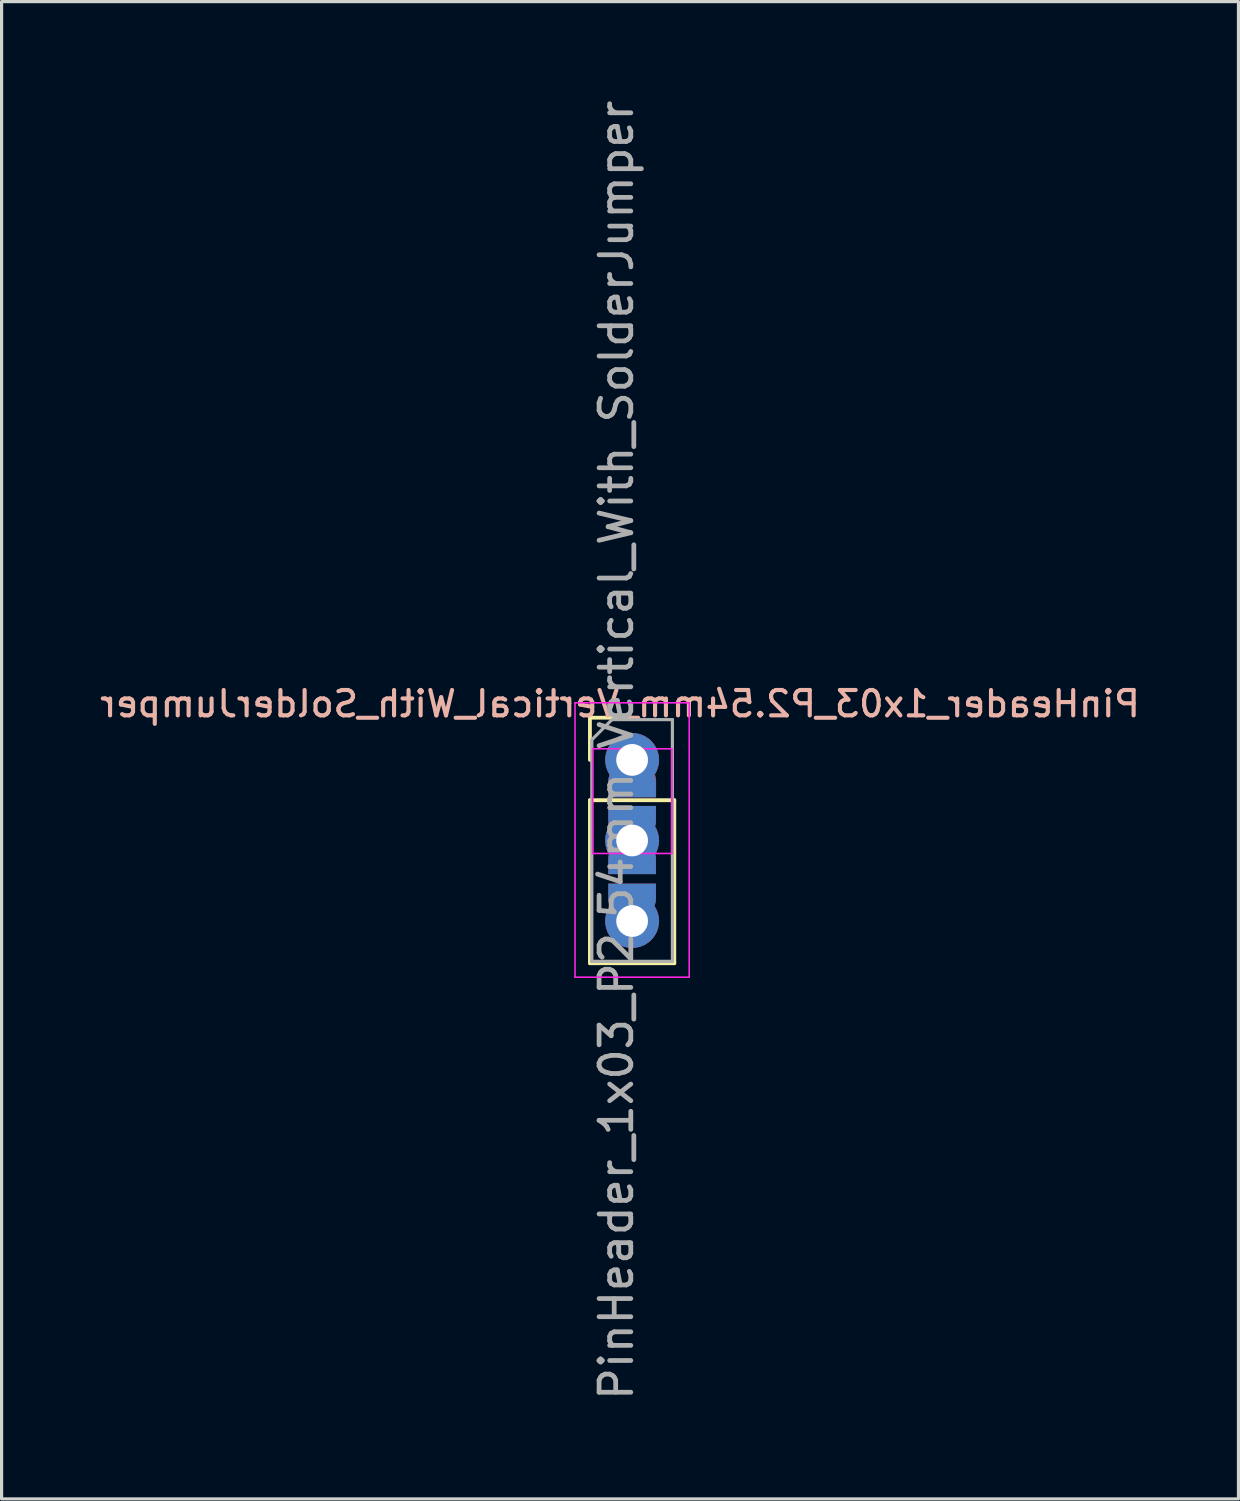
<source format=kicad_pcb>
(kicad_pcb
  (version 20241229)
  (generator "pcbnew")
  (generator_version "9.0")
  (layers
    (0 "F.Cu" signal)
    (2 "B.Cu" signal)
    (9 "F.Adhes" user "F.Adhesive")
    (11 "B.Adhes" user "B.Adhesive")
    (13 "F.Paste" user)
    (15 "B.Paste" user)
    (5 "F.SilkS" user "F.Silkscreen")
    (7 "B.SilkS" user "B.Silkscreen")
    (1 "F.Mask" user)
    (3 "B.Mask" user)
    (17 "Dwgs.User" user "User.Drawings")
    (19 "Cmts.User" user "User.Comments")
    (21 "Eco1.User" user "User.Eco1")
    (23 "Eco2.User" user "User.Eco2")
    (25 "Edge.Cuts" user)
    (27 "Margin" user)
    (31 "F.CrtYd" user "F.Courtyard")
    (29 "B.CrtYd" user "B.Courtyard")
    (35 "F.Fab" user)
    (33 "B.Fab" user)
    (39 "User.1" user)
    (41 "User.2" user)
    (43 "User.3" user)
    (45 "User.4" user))
  (footprint "PinHeader_1x03_P2.54mm_Vertical_With_SolderJumper"
    (layer "F.Cu")
    (at 16.877 20.906)
    (property "Reference" "PinHeader_1x03_P2.54mm_Vertical_With_SolderJumper" (at -0.381 -1.768 0) (layer "B.SilkS") (effects (font (size 0.8 0.8) (thickness 0.13)) (justify mirror)))
    (attr through_hole)
    (fp_circle (center -0.245 0.65) (end -0.245 0.15) (stroke (width 0) (type solid)) (fill yes) (layer "F.Cu"))
    (fp_circle (center 0.255 0.65) (end 0.255 0.15) (stroke (width 0) (type solid)) (fill yes) (layer "F.Cu"))
    (fp_poly (pts (xy 0.755 0.65) (xy 0.755 1.15) (xy -0.745 1.15) (xy -0.745 0.65)) (stroke (width 0) (type solid)) (fill yes) (layer "F.Cu"))
    (fp_line (start -1.33 -1.33) (end 0 -1.33) (stroke (width 0.12) (type solid)) (layer "F.SilkS"))
    (fp_line (start -1.33 0) (end -1.33 -1.33) (stroke (width 0.12) (type solid)) (layer "F.SilkS"))
    (fp_line (start -1.33 1.27) (end -1.33 6.41) (stroke (width 0.12) (type solid)) (layer "F.SilkS"))
    (fp_line (start -1.33 1.27) (end 1.33 1.27) (stroke (width 0.12) (type solid)) (layer "F.SilkS"))
    (fp_line (start -1.33 6.41) (end 1.33 6.41) (stroke (width 0.12) (type solid)) (layer "F.SilkS"))
    (fp_line (start 1.33 1.27) (end 1.33 6.41) (stroke (width 0.12) (type solid)) (layer "F.SilkS"))
    (fp_line (start -1.8 -1.8) (end -1.8 6.85) (stroke (width 0.05) (type solid)) (layer "F.CrtYd"))
    (fp_line (start -1.8 6.85) (end 1.8 6.85) (stroke (width 0.05) (type solid)) (layer "F.CrtYd"))
    (fp_line (start -1.245 2.95) (end -1.245 -0.35) (stroke (width 0.05) (type solid)) (layer "F.CrtYd"))
    (fp_line (start -1.245 2.95) (end 1.255 2.95) (stroke (width 0.05) (type solid)) (layer "F.CrtYd"))
    (fp_line (start 1.255 -0.35) (end -1.245 -0.35) (stroke (width 0.05) (type solid)) (layer "F.CrtYd"))
    (fp_line (start 1.255 -0.35) (end 1.255 2.95) (stroke (width 0.05) (type solid)) (layer "F.CrtYd"))
    (fp_line (start 1.8 -1.8) (end -1.8 -1.8) (stroke (width 0.05) (type solid)) (layer "F.CrtYd"))
    (fp_line (start 1.8 6.85) (end 1.8 -1.8) (stroke (width 0.05) (type solid)) (layer "F.CrtYd"))
    (fp_line (start -1.27 -0.635) (end -0.635 -1.27) (stroke (width 0.1) (type solid)) (layer "F.Fab"))
    (fp_line (start -1.27 6.35) (end -1.27 -0.635) (stroke (width 0.1) (type solid)) (layer "F.Fab"))
    (fp_line (start -0.635 -1.27) (end 1.27 -1.27) (stroke (width 0.1) (type solid)) (layer "F.Fab"))
    (fp_line (start 1.27 -1.27) (end 1.27 6.35) (stroke (width 0.1) (type solid)) (layer "F.Fab"))
    (fp_line (start 1.27 6.35) (end -1.27 6.35) (stroke (width 0.1) (type solid)) (layer "F.Fab"))
    (fp_text user "${REFERENCE}" (at -0.496 -0.305 270) (layer "F.Fab") (effects (font (size 1 1) (thickness 0.15))))
    (pad "1" thru_hole custom (at 0 0 180) (size 1.7 1.7) (drill 1) (layers "*.Cu" "*.Mask") (options (anchor circle)) (primitives (gr_poly (pts (xy 0.85 0) (xy 0.831 -0.177) (xy 0.777 -0.346) (xy 0.688 -0.5) (xy 0.569 -0.632) (xy 0.425 -0.736) (xy 0.263 -0.808) (xy 0.089 -0.845) (xy -0.089 -0.845) (xy -0.263 -0.808) (xy -0.425 -0.736) (xy -0.569 -0.632) (xy -0.688 -0.5) (xy -0.777 -0.346) (xy -0.831 -0.177) (xy -0.85 0) (xy -0.831 0.177) (xy -0.777 0.346) (xy -0.688 0.5) (xy -0.569 0.632) (xy -0.425 0.736) (xy -0.263 0.808) (xy -0.089 0.845) (xy 0.089 0.845) (xy 0.263 0.808) (xy 0.425 0.736) (xy 0.569 0.632) (xy 0.688 0.5) (xy 0.777 0.346) (xy 0.831 0.177) (xy 0.85 0)) (width 0) (fill yes)) (gr_circle (center 0.25 -0.68) (end 0.75 -0.68) (width 0) (fill yes)) (gr_circle (center -0.25 -0.68) (end 0.25 -0.68) (width 0) (fill yes)) (gr_poly (pts (xy 0.75 -1.18) (xy 0.75 -0.68) (xy -0.75 -0.68) (xy -0.75 -1.18)) (width 0) (fill yes))))
    (pad "1" smd custom (at 0.005 0.65 270) (size 1 0.5) (layers "F.Cu" "F.Mask") (options (anchor rect)) (primitives (gr_circle (center 0 0.25) (end 0.5 0.25) (width 0) (fill yes)) (gr_circle (center 0 -0.25) (end 0.5 -0.25) (width 0) (fill yes)) (gr_poly (pts (xy 0.5 0.75) (xy 0 0.75) (xy 0 -0.75) (xy 0.5 -0.75)) (width 0) (fill yes))))
    (pad "2" thru_hole custom (at 0 2.54) (size 1.7 1.7) (drill 1) (layers "*.Cu" "*.Mask") (options (anchor circle)) (primitives (gr_poly (pts (xy 0.85 0) (xy 0.831 -0.177) (xy 0.777 -0.346) (xy 0.688 -0.5) (xy 0.569 -0.632) (xy 0.425 -0.736) (xy 0.263 -0.808) (xy 0.089 -0.845) (xy -0.089 -0.845) (xy -0.263 -0.808) (xy -0.425 -0.736) (xy -0.569 -0.632) (xy -0.688 -0.5) (xy -0.777 -0.346) (xy -0.831 -0.177) (xy -0.85 0) (xy -0.831 0.177) (xy -0.777 0.346) (xy -0.688 0.5) (xy -0.569 0.632) (xy -0.425 0.736) (xy -0.263 0.808) (xy -0.089 0.845) (xy 0.089 0.845) (xy 0.263 0.808) (xy 0.425 0.736) (xy 0.569 0.632) (xy 0.688 0.5) (xy 0.777 0.346) (xy 0.831 0.177) (xy 0.85 0)) (width 0) (fill yes)) (gr_poly (pts (xy -0.75 -0.59) (xy -0.75 -1.09) (xy 0.75 -1.09) (xy 0.75 -0.59)) (width 0) (fill yes)) (gr_circle (center 0.25 -0.59) (end 0.25 -0.09) (width 0) (fill yes)) (gr_circle (center -0.25 -0.59) (end -0.25 -0.09) (width 0) (fill yes)) (gr_poly (pts (xy 0.75 0.56) (xy 0.75 1.06) (xy -0.75 1.06) (xy -0.75 0.56)) (width 0) (fill yes)) (gr_circle (center -0.25 0.56) (end -0.25 0.06) (width 0) (fill yes)) (gr_circle (center 0.25 0.56) (end 0.25 0.06) (width 0) (fill yes))))
    (pad "3" thru_hole custom (at 0 5.08) (size 1.7 1.7) (drill 1) (layers "*.Cu" "*.Mask") (options (anchor circle)) (primitives (gr_poly (pts (xy 0.85 0) (xy 0.831 -0.177) (xy 0.777 -0.346) (xy 0.688 -0.5) (xy 0.569 -0.632) (xy 0.425 -0.736) (xy 0.263 -0.808) (xy 0.089 -0.845) (xy -0.089 -0.845) (xy -0.263 -0.808) (xy -0.425 -0.736) (xy -0.569 -0.632) (xy -0.688 -0.5) (xy -0.777 -0.346) (xy -0.831 -0.177) (xy -0.85 0) (xy -0.831 0.177) (xy -0.777 0.346) (xy -0.688 0.5) (xy -0.569 0.632) (xy -0.425 0.736) (xy -0.263 0.808) (xy -0.089 0.845) (xy 0.089 0.845) (xy 0.263 0.808) (xy 0.425 0.736) (xy 0.569 0.632) (xy 0.688 0.5) (xy 0.777 0.346) (xy 0.831 0.177) (xy 0.85 0)) (width 0) (fill yes)) (gr_circle (center 0.25 -0.68) (end 0.25 -1.18) (width 0) (fill yes)) (gr_circle (center -0.25 -0.68) (end -0.25 -1.18) (width 0) (fill yes)) (gr_poly (pts (xy 0.75 -1.18) (xy 0.75 -0.68) (xy -0.75 -0.68) (xy -0.75 -1.18)) (width 0) (fill yes)))))
  (gr_rect
    (start -3 -3)
    (end 35.992 44.202)
    (stroke (width 0.1) (type default))
    (fill no)
    (layer "Edge.Cuts")))
</source>
